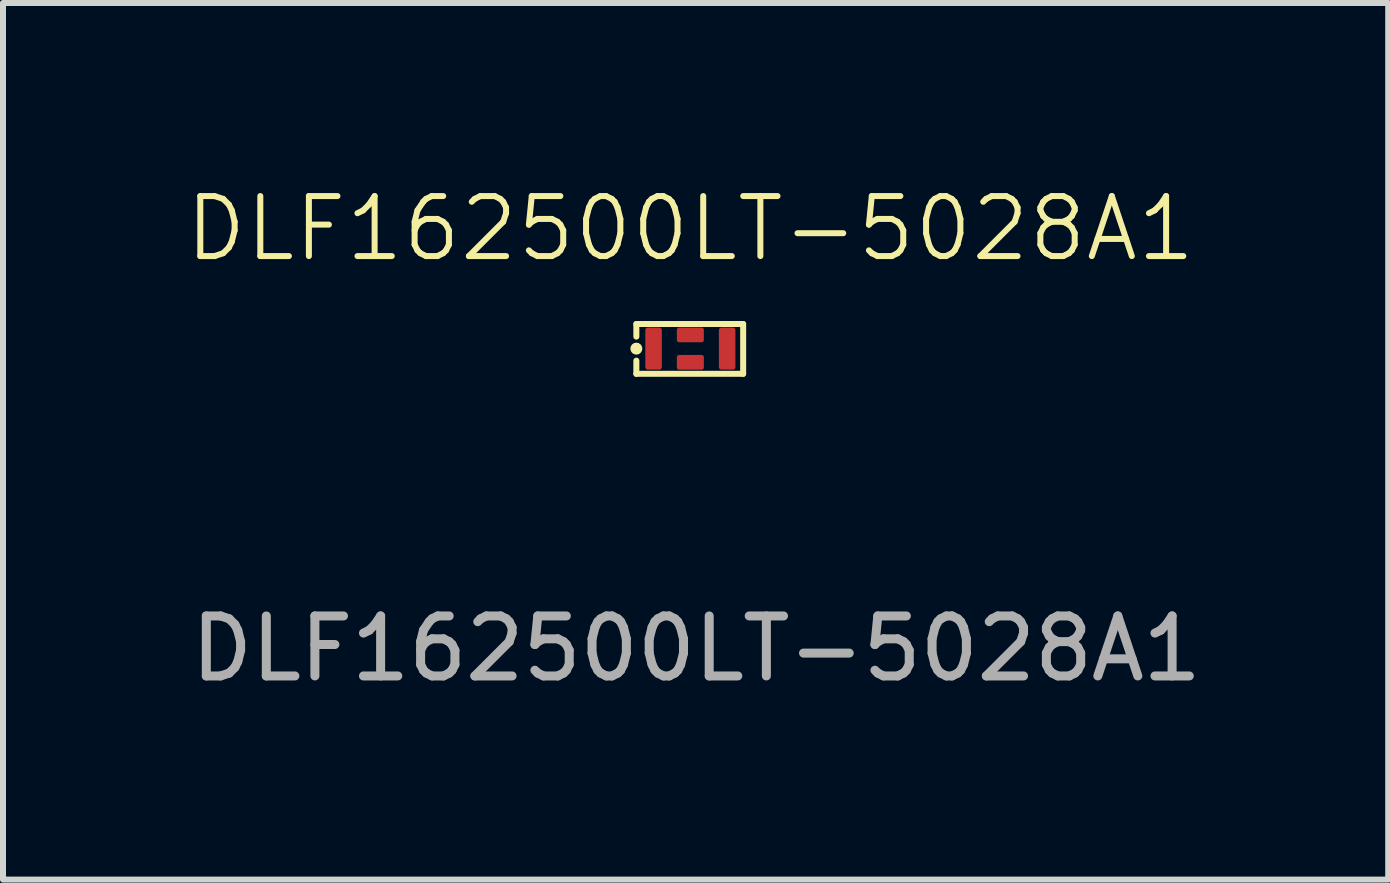
<source format=kicad_pcb>
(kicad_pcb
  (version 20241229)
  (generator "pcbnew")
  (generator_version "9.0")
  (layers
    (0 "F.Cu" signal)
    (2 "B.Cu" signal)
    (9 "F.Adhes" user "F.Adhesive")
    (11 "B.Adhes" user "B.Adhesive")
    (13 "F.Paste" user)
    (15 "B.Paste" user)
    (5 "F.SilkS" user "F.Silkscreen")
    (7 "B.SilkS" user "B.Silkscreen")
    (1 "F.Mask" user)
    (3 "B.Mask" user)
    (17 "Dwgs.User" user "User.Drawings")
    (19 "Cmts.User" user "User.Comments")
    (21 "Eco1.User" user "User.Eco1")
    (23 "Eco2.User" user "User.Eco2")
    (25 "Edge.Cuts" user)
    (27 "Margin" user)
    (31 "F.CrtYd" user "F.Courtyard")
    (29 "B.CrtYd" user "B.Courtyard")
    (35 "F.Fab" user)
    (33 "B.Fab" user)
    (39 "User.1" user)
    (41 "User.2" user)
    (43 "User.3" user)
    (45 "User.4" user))
  (footprint "DLF162500LT-5028A1"
    (layer "F.Cu")
    (at 8.455 2.76)
    (property "Reference" "DLF162500LT-5028A1" (at 0 -2 0) (unlocked yes) (layer "F.SilkS") (effects (font (size 1 1) (thickness 0.1))))
    (attr smd)
    (fp_line (start -0.9 -0.41) (end 0.88 -0.41) (stroke (width 0.1) (type default)) (layer "F.SilkS"))
    (fp_line (start -0.9 -0.2) (end -0.9 -0.41) (stroke (width 0.1) (type default)) (layer "F.SilkS"))
    (fp_line (start -0.9 0.42) (end -0.9 0.2) (stroke (width 0.1) (type default)) (layer "F.SilkS"))
    (fp_line (start 0.88 -0.41) (end 0.88 0.42) (stroke (width 0.1) (type default)) (layer "F.SilkS"))
    (fp_line (start 0.88 0.42) (end -0.9 0.42) (stroke (width 0.1) (type default)) (layer "F.SilkS"))
    (fp_circle (center -0.9 0) (end -0.9 0) (stroke (width 0.1) (type default)) (fill no) (layer "F.SilkS"))
    (fp_text user "${REFERENCE}" (at 0.1 5 0) (unlocked yes) (layer "F.Fab") (effects (font (size 1 1) (thickness 0.15))))
    (pad "1" smd roundrect (at -0.613 0 180) (size 0.275 0.7) (layers "F.Cu" "F.Mask" "F.Paste") (roundrect_rratio 0.15))
    (pad "2" smd roundrect (at 0 0.228 90) (size 0.245 0.45) (layers "F.Cu" "F.Mask" "F.Paste") (roundrect_rratio 0.15))
    (pad "3" smd roundrect (at 0.613 0 180) (size 0.275 0.7) (layers "F.Cu" "F.Mask" "F.Paste") (roundrect_rratio 0.15))
    (pad "4" smd roundrect (at 0 -0.228 90) (size 0.245 0.45) (layers "F.Cu" "F.Mask" "F.Paste") (roundrect_rratio 0.15)))
  (gr_rect
    (start -3 -3)
    (end 20.085 11.609)
    (stroke (width 0.1) (type default))
    (fill no)
    (layer "Edge.Cuts")))
</source>
